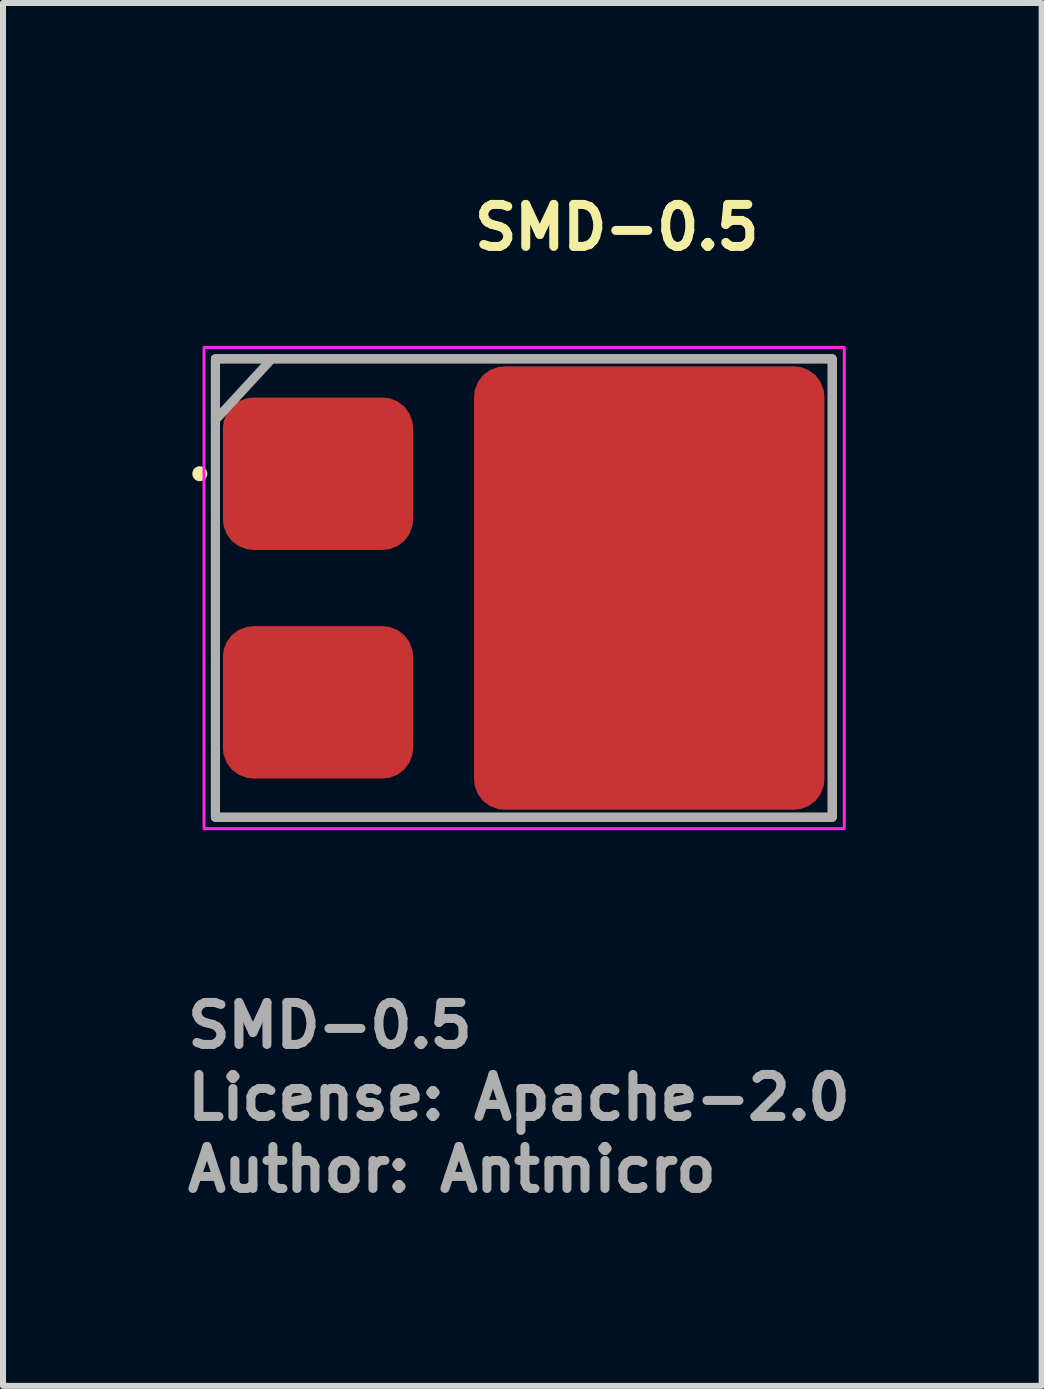
<source format=kicad_pcb>
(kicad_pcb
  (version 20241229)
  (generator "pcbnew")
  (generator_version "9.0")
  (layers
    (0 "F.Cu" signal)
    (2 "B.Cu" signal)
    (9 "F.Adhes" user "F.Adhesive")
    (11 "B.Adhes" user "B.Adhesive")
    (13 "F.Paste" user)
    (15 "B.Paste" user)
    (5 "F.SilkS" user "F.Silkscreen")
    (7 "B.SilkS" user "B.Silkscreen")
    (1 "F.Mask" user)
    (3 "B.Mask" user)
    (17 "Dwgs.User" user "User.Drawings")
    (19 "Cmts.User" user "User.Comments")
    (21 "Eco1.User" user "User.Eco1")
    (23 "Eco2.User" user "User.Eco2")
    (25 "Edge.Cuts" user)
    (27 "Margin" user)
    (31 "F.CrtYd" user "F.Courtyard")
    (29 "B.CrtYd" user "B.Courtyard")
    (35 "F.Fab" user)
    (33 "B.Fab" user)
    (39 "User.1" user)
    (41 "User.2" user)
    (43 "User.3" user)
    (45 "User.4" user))
  (footprint "SMD-0.5"
    (layer "F.Cu")
    (at 5.68 6.75)
    (property "Reference" "SMD-0.5" (at -0.9 -5.6 0) (layer "F.SilkS") (effects (font (size 0.7 0.7) (thickness 0.15)) (justify left bottom)))
    (attr smd)
    (fp_rect (start -5.14 -3.82) (end 5.14 3.82) (stroke (width 0.15) (type solid)) (fill no) (layer "F.SilkS"))
    (fp_circle (center -5.4 -1.905) (end -5.35 -1.905) (stroke (width 0.15) (type solid)) (fill yes) (layer "F.SilkS"))
    (fp_rect (start -5.33 -4.01) (end 5.34 4.01) (stroke (width 0.05) (type solid)) (fill no) (layer "F.CrtYd"))
    (fp_line (start -4.2 -3.82) (end -5.14 -2.8) (stroke (width 0.15) (type default)) (layer "F.Fab"))
    (fp_rect (start -5.14 -3.82) (end 5.14 3.82) (stroke (width 0.15) (type solid)) (fill no) (layer "F.Fab"))
    (fp_rect (start -5.08 -3.759) (end 5.08 3.759) (stroke (width 0.1) (type solid)) (fill no) (layer "User.5"))
    (fp_line (start -5.08 -3.251) (end -5.08 3.251) (stroke (width 0.02) (type solid)) (layer "User.9"))
    (fp_line (start -5.08 3.251) (end -5.076 3.312) (stroke (width 0.02) (type solid)) (layer "User.9"))
    (fp_line (start -5.076 -3.312) (end -5.08 -3.251) (stroke (width 0.02) (type solid)) (layer "User.9"))
    (fp_line (start -5.076 3.312) (end -5.065 3.373) (stroke (width 0.02) (type solid)) (layer "User.9"))
    (fp_line (start -5.065 -3.373) (end -5.076 -3.312) (stroke (width 0.02) (type solid)) (layer "User.9"))
    (fp_line (start -5.065 3.373) (end -5.047 3.431) (stroke (width 0.02) (type solid)) (layer "User.9"))
    (fp_line (start -5.047 -3.431) (end -5.065 -3.373) (stroke (width 0.02) (type solid)) (layer "User.9"))
    (fp_line (start -5.047 3.431) (end -5.022 3.487) (stroke (width 0.02) (type solid)) (layer "User.9"))
    (fp_line (start -5.022 -3.487) (end -5.047 -3.431) (stroke (width 0.02) (type solid)) (layer "User.9"))
    (fp_line (start -5.022 3.487) (end -4.99 3.54) (stroke (width 0.02) (type solid)) (layer "User.9"))
    (fp_line (start -4.99 -3.54) (end -5.022 -3.487) (stroke (width 0.02) (type solid)) (layer "User.9"))
    (fp_line (start -4.99 3.54) (end -4.952 3.588) (stroke (width 0.02) (type solid)) (layer "User.9"))
    (fp_line (start -4.952 -3.588) (end -4.99 -3.54) (stroke (width 0.02) (type solid)) (layer "User.9"))
    (fp_line (start -4.952 3.588) (end -4.909 3.631) (stroke (width 0.02) (type solid)) (layer "User.9"))
    (fp_line (start -4.909 -3.631) (end -4.952 -3.588) (stroke (width 0.02) (type solid)) (layer "User.9"))
    (fp_line (start -4.909 3.631) (end -4.861 3.669) (stroke (width 0.02) (type solid)) (layer "User.9"))
    (fp_line (start -4.902 -3.251) (end -4.902 3.251) (stroke (width 0.02) (type solid)) (layer "User.9"))
    (fp_line (start -4.902 3.251) (end -4.899 3.298) (stroke (width 0.02) (type solid)) (layer "User.9"))
    (fp_line (start -4.899 -3.298) (end -4.902 -3.251) (stroke (width 0.02) (type solid)) (layer "User.9"))
    (fp_line (start -4.899 3.298) (end -4.889 3.344) (stroke (width 0.02) (type solid)) (layer "User.9"))
    (fp_line (start -4.889 -3.344) (end -4.899 -3.298) (stroke (width 0.02) (type solid)) (layer "User.9"))
    (fp_line (start -4.889 3.344) (end -4.872 3.388) (stroke (width 0.02) (type solid)) (layer "User.9"))
    (fp_line (start -4.872 -3.388) (end -4.889 -3.344) (stroke (width 0.02) (type solid)) (layer "User.9"))
    (fp_line (start -4.872 3.388) (end -4.85 3.43) (stroke (width 0.02) (type solid)) (layer "User.9"))
    (fp_line (start -4.861 -3.669) (end -4.909 -3.631) (stroke (width 0.02) (type solid)) (layer "User.9"))
    (fp_line (start -4.861 3.669) (end -4.808 3.701) (stroke (width 0.02) (type solid)) (layer "User.9"))
    (fp_line (start -4.85 -3.43) (end -4.872 -3.388) (stroke (width 0.02) (type solid)) (layer "User.9"))
    (fp_line (start -4.85 3.43) (end -4.822 3.467) (stroke (width 0.02) (type solid)) (layer "User.9"))
    (fp_line (start -4.822 -3.467) (end -4.85 -3.43) (stroke (width 0.02) (type solid)) (layer "User.9"))
    (fp_line (start -4.822 3.467) (end -4.788 3.501) (stroke (width 0.02) (type solid)) (layer "User.9"))
    (fp_line (start -4.808 -3.701) (end -4.861 -3.669) (stroke (width 0.02) (type solid)) (layer "User.9"))
    (fp_line (start -4.808 3.701) (end -4.752 3.726) (stroke (width 0.02) (type solid)) (layer "User.9"))
    (fp_line (start -4.788 -3.501) (end -4.822 -3.467) (stroke (width 0.02) (type solid)) (layer "User.9"))
    (fp_line (start -4.788 3.501) (end -4.751 3.529) (stroke (width 0.02) (type solid)) (layer "User.9"))
    (fp_line (start -4.752 -3.726) (end -4.808 -3.701) (stroke (width 0.02) (type solid)) (layer "User.9"))
    (fp_line (start -4.752 3.726) (end -4.694 3.744) (stroke (width 0.02) (type solid)) (layer "User.9"))
    (fp_line (start -4.751 -3.529) (end -4.788 -3.501) (stroke (width 0.02) (type solid)) (layer "User.9"))
    (fp_line (start -4.751 3.529) (end -4.709 3.552) (stroke (width 0.02) (type solid)) (layer "User.9"))
    (fp_line (start -4.709 -3.552) (end -4.751 -3.529) (stroke (width 0.02) (type solid)) (layer "User.9"))
    (fp_line (start -4.709 3.552) (end -4.665 3.568) (stroke (width 0.02) (type solid)) (layer "User.9"))
    (fp_line (start -4.694 -3.744) (end -4.752 -3.726) (stroke (width 0.02) (type solid)) (layer "User.9"))
    (fp_line (start -4.694 3.744) (end -4.633 3.755) (stroke (width 0.02) (type solid)) (layer "User.9"))
    (fp_line (start -4.665 -3.568) (end -4.709 -3.552) (stroke (width 0.02) (type solid)) (layer "User.9"))
    (fp_line (start -4.665 3.568) (end -4.619 3.578) (stroke (width 0.02) (type solid)) (layer "User.9"))
    (fp_line (start -4.633 -3.755) (end -4.694 -3.744) (stroke (width 0.02) (type solid)) (layer "User.9"))
    (fp_line (start -4.633 3.755) (end -4.572 3.759) (stroke (width 0.02) (type solid)) (layer "User.9"))
    (fp_line (start -4.619 -3.578) (end -4.665 -3.568) (stroke (width 0.02) (type solid)) (layer "User.9"))
    (fp_line (start -4.619 3.578) (end -4.572 3.581) (stroke (width 0.02) (type solid)) (layer "User.9"))
    (fp_line (start -4.572 -3.759) (end -4.633 -3.755) (stroke (width 0.02) (type solid)) (layer "User.9"))
    (fp_line (start -4.572 -3.581) (end -4.619 -3.578) (stroke (width 0.02) (type solid)) (layer "User.9"))
    (fp_line (start -4.572 3.581) (end 4.572 3.581) (stroke (width 0.02) (type solid)) (layer "User.9"))
    (fp_line (start -4.572 3.759) (end 4.572 3.759) (stroke (width 0.02) (type solid)) (layer "User.9"))
    (fp_line (start 4.572 -3.759) (end -4.572 -3.759) (stroke (width 0.02) (type solid)) (layer "User.9"))
    (fp_line (start 4.572 -3.581) (end -4.572 -3.581) (stroke (width 0.02) (type solid)) (layer "User.9"))
    (fp_line (start 4.572 3.581) (end 4.619 3.578) (stroke (width 0.02) (type solid)) (layer "User.9"))
    (fp_line (start 4.572 3.759) (end 4.633 3.755) (stroke (width 0.02) (type solid)) (layer "User.9"))
    (fp_line (start 4.619 -3.578) (end 4.572 -3.581) (stroke (width 0.02) (type solid)) (layer "User.9"))
    (fp_line (start 4.619 3.578) (end 4.665 3.568) (stroke (width 0.02) (type solid)) (layer "User.9"))
    (fp_line (start 4.633 -3.755) (end 4.572 -3.759) (stroke (width 0.02) (type solid)) (layer "User.9"))
    (fp_line (start 4.633 3.755) (end 4.694 3.744) (stroke (width 0.02) (type solid)) (layer "User.9"))
    (fp_line (start 4.665 -3.568) (end 4.619 -3.578) (stroke (width 0.02) (type solid)) (layer "User.9"))
    (fp_line (start 4.665 3.568) (end 4.709 3.552) (stroke (width 0.02) (type solid)) (layer "User.9"))
    (fp_line (start 4.694 -3.744) (end 4.633 -3.755) (stroke (width 0.02) (type solid)) (layer "User.9"))
    (fp_line (start 4.694 3.744) (end 4.752 3.726) (stroke (width 0.02) (type solid)) (layer "User.9"))
    (fp_line (start 4.709 -3.552) (end 4.665 -3.568) (stroke (width 0.02) (type solid)) (layer "User.9"))
    (fp_line (start 4.709 3.552) (end 4.751 3.529) (stroke (width 0.02) (type solid)) (layer "User.9"))
    (fp_line (start 4.751 -3.529) (end 4.709 -3.552) (stroke (width 0.02) (type solid)) (layer "User.9"))
    (fp_line (start 4.751 3.529) (end 4.788 3.501) (stroke (width 0.02) (type solid)) (layer "User.9"))
    (fp_line (start 4.752 -3.726) (end 4.694 -3.744) (stroke (width 0.02) (type solid)) (layer "User.9"))
    (fp_line (start 4.752 3.726) (end 4.808 3.701) (stroke (width 0.02) (type solid)) (layer "User.9"))
    (fp_line (start 4.788 -3.501) (end 4.751 -3.529) (stroke (width 0.02) (type solid)) (layer "User.9"))
    (fp_line (start 4.788 3.501) (end 4.822 3.467) (stroke (width 0.02) (type solid)) (layer "User.9"))
    (fp_line (start 4.808 -3.701) (end 4.752 -3.726) (stroke (width 0.02) (type solid)) (layer "User.9"))
    (fp_line (start 4.808 3.701) (end 4.861 3.669) (stroke (width 0.02) (type solid)) (layer "User.9"))
    (fp_line (start 4.822 -3.467) (end 4.788 -3.501) (stroke (width 0.02) (type solid)) (layer "User.9"))
    (fp_line (start 4.822 3.467) (end 4.85 3.43) (stroke (width 0.02) (type solid)) (layer "User.9"))
    (fp_line (start 4.85 -3.43) (end 4.822 -3.467) (stroke (width 0.02) (type solid)) (layer "User.9"))
    (fp_line (start 4.85 3.43) (end 4.872 3.388) (stroke (width 0.02) (type solid)) (layer "User.9"))
    (fp_line (start 4.861 -3.669) (end 4.808 -3.701) (stroke (width 0.02) (type solid)) (layer "User.9"))
    (fp_line (start 4.861 3.669) (end 4.909 3.631) (stroke (width 0.02) (type solid)) (layer "User.9"))
    (fp_line (start 4.872 -3.388) (end 4.85 -3.43) (stroke (width 0.02) (type solid)) (layer "User.9"))
    (fp_line (start 4.872 3.388) (end 4.889 3.344) (stroke (width 0.02) (type solid)) (layer "User.9"))
    (fp_line (start 4.889 -3.344) (end 4.872 -3.388) (stroke (width 0.02) (type solid)) (layer "User.9"))
    (fp_line (start 4.889 3.344) (end 4.899 3.298) (stroke (width 0.02) (type solid)) (layer "User.9"))
    (fp_line (start 4.899 -3.298) (end 4.889 -3.344) (stroke (width 0.02) (type solid)) (layer "User.9"))
    (fp_line (start 4.899 3.298) (end 4.902 3.251) (stroke (width 0.02) (type solid)) (layer "User.9"))
    (fp_line (start 4.902 -3.251) (end 4.899 -3.298) (stroke (width 0.02) (type solid)) (layer "User.9"))
    (fp_line (start 4.902 3.251) (end 4.902 -3.251) (stroke (width 0.02) (type solid)) (layer "User.9"))
    (fp_line (start 4.909 -3.631) (end 4.861 -3.669) (stroke (width 0.02) (type solid)) (layer "User.9"))
    (fp_line (start 4.909 3.631) (end 4.952 3.588) (stroke (width 0.02) (type solid)) (layer "User.9"))
    (fp_line (start 4.952 -3.588) (end 4.909 -3.631) (stroke (width 0.02) (type solid)) (layer "User.9"))
    (fp_line (start 4.952 3.588) (end 4.99 3.54) (stroke (width 0.02) (type solid)) (layer "User.9"))
    (fp_line (start 4.99 -3.54) (end 4.952 -3.588) (stroke (width 0.02) (type solid)) (layer "User.9"))
    (fp_line (start 4.99 3.54) (end 5.022 3.487) (stroke (width 0.02) (type solid)) (layer "User.9"))
    (fp_line (start 5.022 -3.487) (end 4.99 -3.54) (stroke (width 0.02) (type solid)) (layer "User.9"))
    (fp_line (start 5.022 3.487) (end 5.047 3.431) (stroke (width 0.02) (type solid)) (layer "User.9"))
    (fp_line (start 5.047 -3.431) (end 5.022 -3.487) (stroke (width 0.02) (type solid)) (layer "User.9"))
    (fp_line (start 5.047 3.431) (end 5.065 3.373) (stroke (width 0.02) (type solid)) (layer "User.9"))
    (fp_line (start 5.065 -3.373) (end 5.047 -3.431) (stroke (width 0.02) (type solid)) (layer "User.9"))
    (fp_line (start 5.065 3.373) (end 5.076 3.312) (stroke (width 0.02) (type solid)) (layer "User.9"))
    (fp_line (start 5.076 -3.312) (end 5.065 -3.373) (stroke (width 0.02) (type solid)) (layer "User.9"))
    (fp_line (start 5.076 3.312) (end 5.08 3.251) (stroke (width 0.02) (type solid)) (layer "User.9"))
    (fp_line (start 5.08 -3.251) (end 5.076 -3.312) (stroke (width 0.02) (type solid)) (layer "User.9"))
    (fp_line (start 5.08 3.251) (end 5.08 -3.251) (stroke (width 0.02) (type solid)) (layer "User.9"))
    (fp_text user "${REFERENCE}" (at -5.68 7.7 0) (layer "F.Fab") (effects (font (size 0.7 0.7) (thickness 0.15)) (justify left bottom)))
    (fp_text user "License: Apache-2.0" (at -5.68 8.9 0) (layer "F.Fab") (effects (font (size 0.7 0.7) (thickness 0.15)) (justify left bottom)))
    (fp_text user "Author: Antmicro" (at -5.68 10.1 0) (layer "F.Fab") (effects (font (size 0.7 0.7) (thickness 0.15)) (justify left bottom)))
    (pad "1" smd roundrect (at -3.43 -1.905 90) (size 2.54 3.17) (layers "F.Cu" "F.Mask" "F.Paste") (roundrect_rratio 0.2))
    (pad "2" smd roundrect (at -3.43 1.905 90) (size 2.54 3.17) (layers "F.Cu" "F.Mask" "F.Paste") (roundrect_rratio 0.2))
    (pad "3" smd roundrect (at 2.09 0 90) (size 7.39 5.84) (layers "F.Cu" "F.Mask" "F.Paste") (roundrect_rratio 0.087)))
  (gr_rect
    (start -3 -3)
    (end 14.31 20.046)
    (stroke (width 0.1) (type default))
    (fill no)
    (layer "Edge.Cuts")))
</source>
